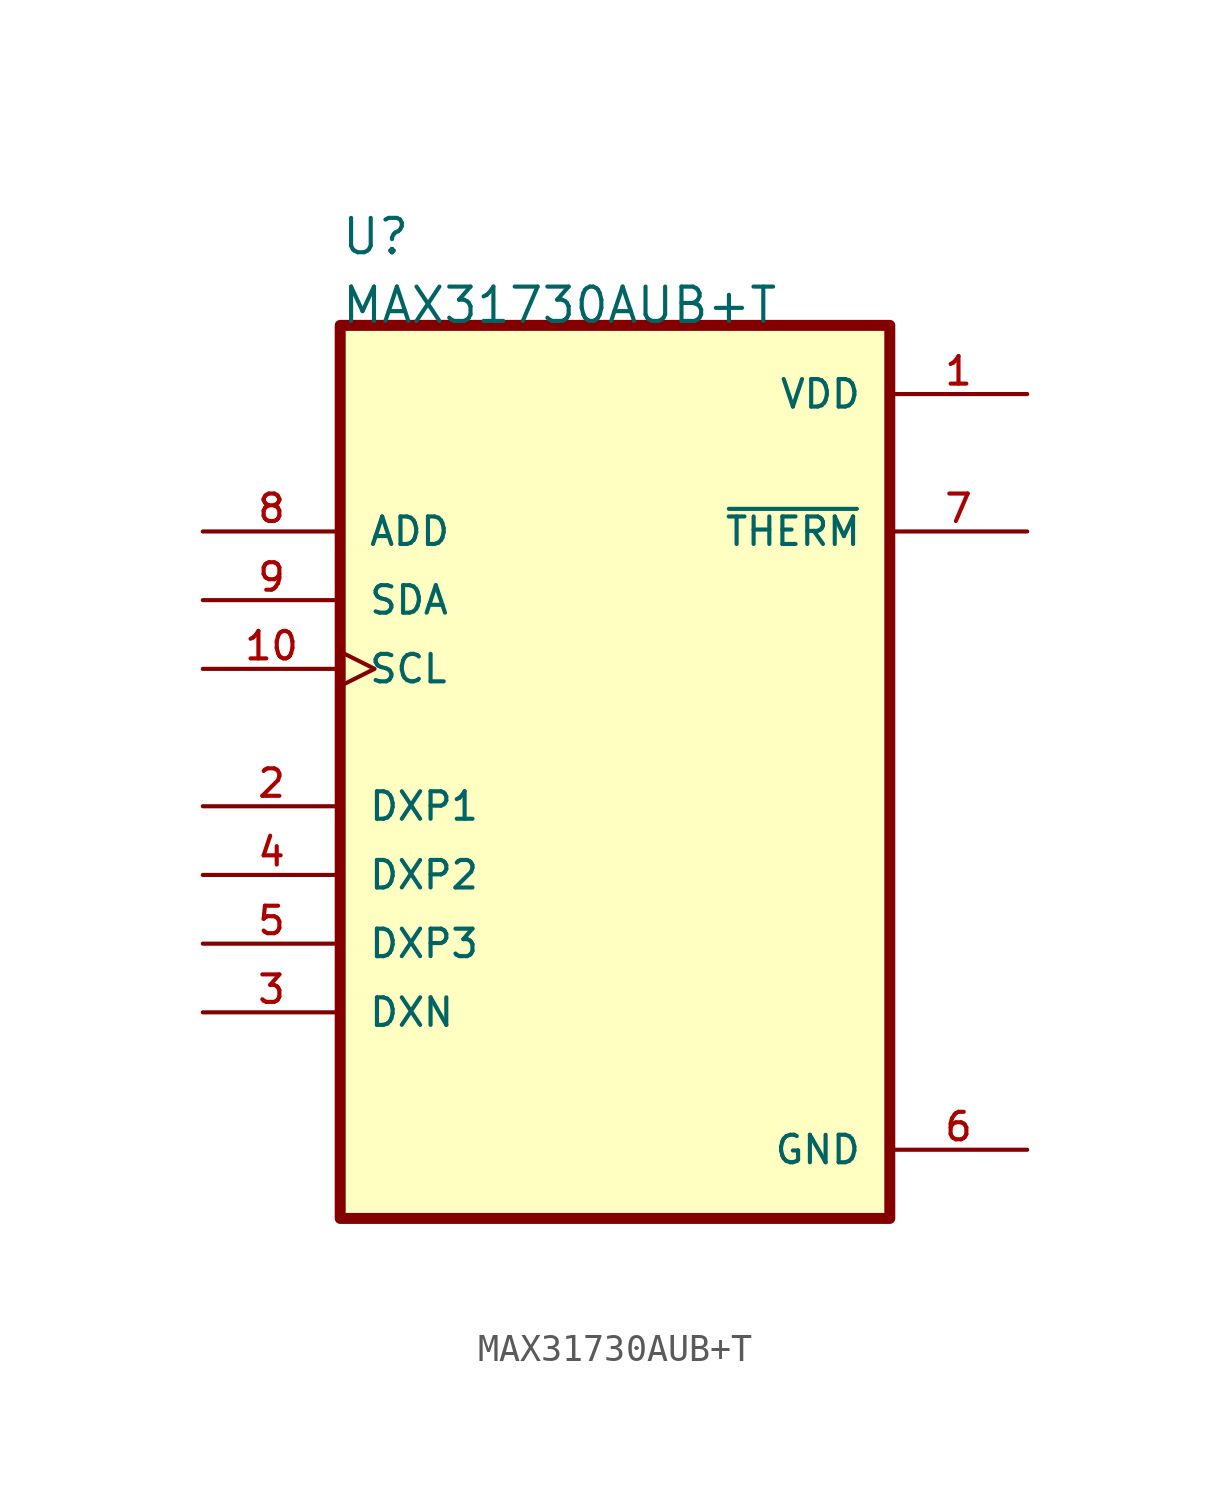
<source format=kicad_sym>
(kicad_symbol_lib
  (version 20241209)
  (generator "kicad_symbol_editor")
  (generator_version "9.0")
  (symbol "MAX31730AUB+T"
    (pin_names
      (offset 1.016))
    (property "Reference" "U"
      (at 5.08 10.16 0)
      (effects (font (size 1.27 1.27)) (justify left bottom)))
    (property "Value" "MAX31730AUB+T"
      (at 5.08 7.62 0)
      (effects (font (size 1.27 1.27)) (justify left bottom)))
    (property "ki_locked" ""
      (at 0 0 0)
      (effects (font (size 1.27 1.27))))
    (symbol "MAX31730AUB+T_0_0"
      (rectangle (start 5.08 -25.4) (end 25.4 7.62) (stroke (width 0.406) (type default)) (fill (type background)))
      (pin input line (at 0 0 0) (length 5.08) (name "ADD" (effects (font (size 1.016 1.016)))) (number "8" (effects (font (size 1.016 1.016)))))
      (pin bidirectional line (at 0 -2.54 0) (length 5.08) (name "SDA" (effects (font (size 1.016 1.016)))) (number "9" (effects (font (size 1.016 1.016)))))
      (pin input clock (at 0 -5.08 0) (length 5.08) (name "SCL" (effects (font (size 1.016 1.016)))) (number "10" (effects (font (size 1.016 1.016)))))
      (pin input line (at 0 -10.16 0) (length 5.08) (name "DXP1" (effects (font (size 1.016 1.016)))) (number "2" (effects (font (size 1.016 1.016)))))
      (pin input line (at 0 -12.7 0) (length 5.08) (name "DXP2" (effects (font (size 1.016 1.016)))) (number "4" (effects (font (size 1.016 1.016)))))
      (pin input line (at 0 -15.24 0) (length 5.08) (name "DXP3" (effects (font (size 1.016 1.016)))) (number "5" (effects (font (size 1.016 1.016)))))
      (pin input line (at 0 -17.78 0) (length 5.08) (name "DXN" (effects (font (size 1.016 1.016)))) (number "3" (effects (font (size 1.016 1.016)))))
      (pin power_in line (at 30.48 5.08 180) (length 5.08) (name "VDD" (effects (font (size 1.016 1.016)))) (number "1" (effects (font (size 1.016 1.016)))))
      (pin output line (at 30.48 0 180) (length 5.08) (name "~{THERM}" (effects (font (size 1.016 1.016)))) (number "7" (effects (font (size 1.016 1.016)))))
      (pin power_in line (at 30.48 -22.86 180) (length 5.08) (name "GND" (effects (font (size 1.016 1.016)))) (number "6" (effects (font (size 1.016 1.016))))))))
</source>
